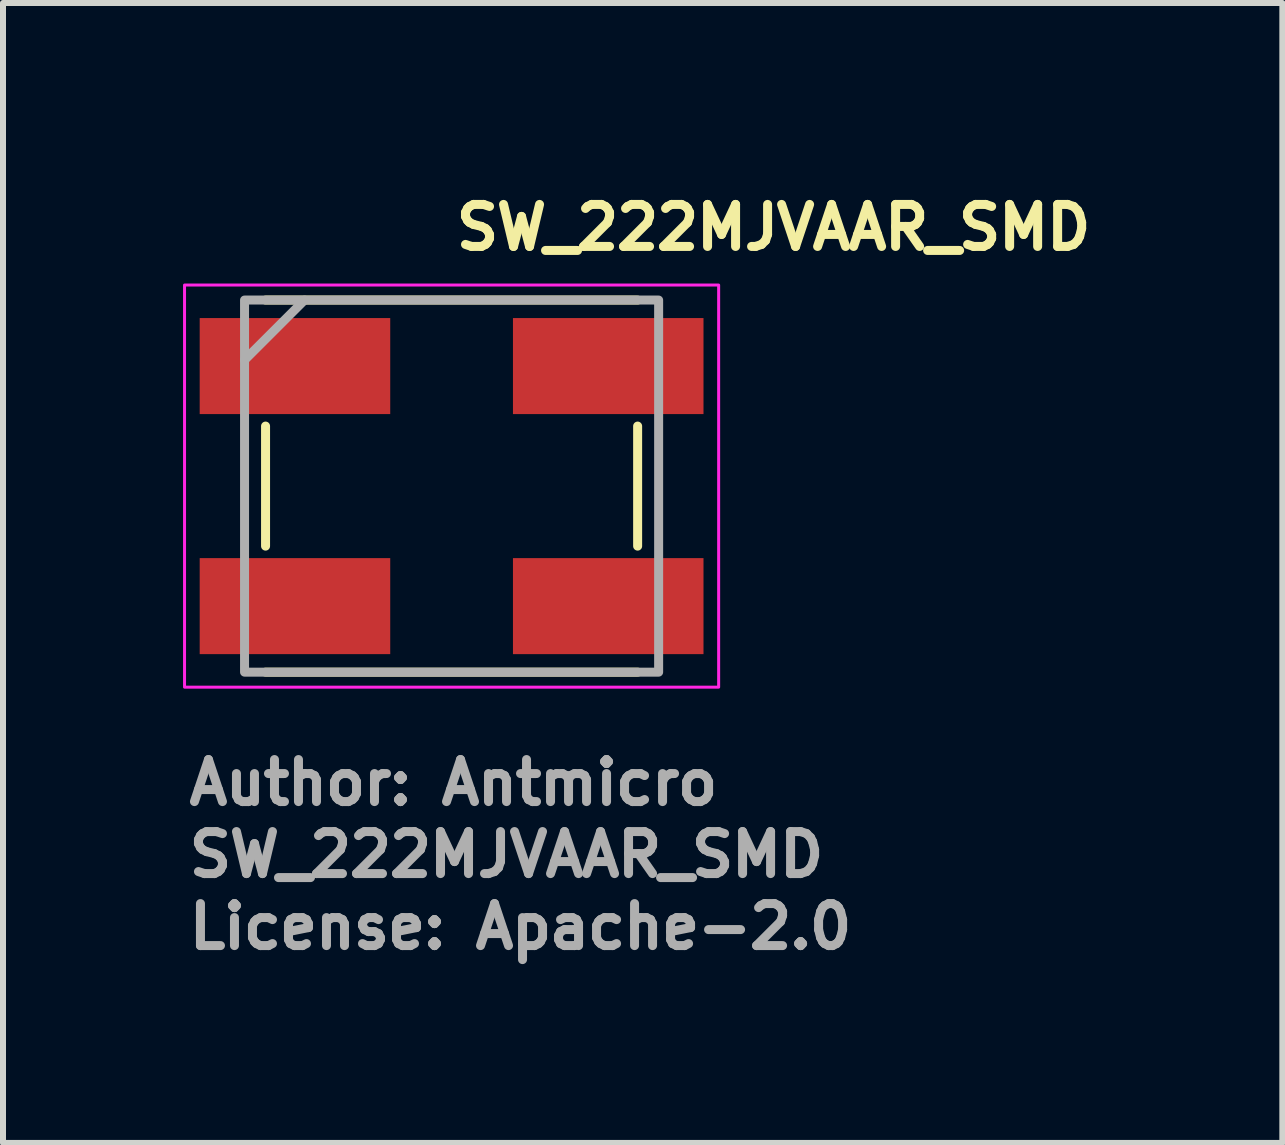
<source format=kicad_pcb>
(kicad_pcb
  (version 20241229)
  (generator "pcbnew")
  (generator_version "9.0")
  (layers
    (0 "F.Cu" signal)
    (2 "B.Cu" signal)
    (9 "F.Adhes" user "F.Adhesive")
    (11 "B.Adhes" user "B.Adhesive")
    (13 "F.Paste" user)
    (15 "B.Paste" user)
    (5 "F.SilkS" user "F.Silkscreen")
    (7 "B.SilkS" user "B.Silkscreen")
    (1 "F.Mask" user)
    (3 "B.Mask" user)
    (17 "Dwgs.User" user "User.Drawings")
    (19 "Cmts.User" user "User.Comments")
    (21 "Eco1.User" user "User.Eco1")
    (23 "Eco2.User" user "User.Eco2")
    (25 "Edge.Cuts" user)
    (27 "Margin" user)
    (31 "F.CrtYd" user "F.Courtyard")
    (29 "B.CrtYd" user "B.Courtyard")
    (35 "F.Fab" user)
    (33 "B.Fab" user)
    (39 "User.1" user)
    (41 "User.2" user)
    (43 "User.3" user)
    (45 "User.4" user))
  (footprint "SW_222MJVAAR_SMD"
    (layer "F.Cu")
    (at 4.475 5.05)
    (property "Reference" "SW_222MJVAAR_SMD" (at 0 -3.9 0) (unlocked yes) (layer "F.SilkS") (effects (font (size 0.7 0.7) (thickness 0.15)) (justify left bottom)))
    (attr smd)
    (fp_line (start -3.1 -3.1) (end 3.1 -3.1) (stroke (width 0.15) (type default)) (layer "F.SilkS"))
    (fp_line (start -3.1 -1) (end -3.1 1) (stroke (width 0.15) (type default)) (layer "F.SilkS"))
    (fp_line (start 3.1 1) (end 3.1 -1) (stroke (width 0.15) (type default)) (layer "F.SilkS"))
    (fp_line (start 3.1 3.1) (end -3.1 3.1) (stroke (width 0.15) (type default)) (layer "F.SilkS"))
    (fp_rect (start -4.45 -3.35) (end 4.45 3.35) (stroke (width 0.05) (type solid)) (fill no) (layer "F.CrtYd"))
    (fp_line (start -2.45 -3.1) (end -3.45 -2.1) (stroke (width 0.15) (type default)) (layer "F.Fab"))
    (fp_rect (start -3.45 -3.1) (end 3.45 3.1) (stroke (width 0.15) (type solid)) (fill no) (layer "F.Fab"))
    (fp_rect (start -3.45 -3.1) (end 3.45 3.1) (stroke (width 0.1) (type solid)) (fill no) (layer "User.5"))
    (fp_line (start -3.45 -2.35) (end -3.45 -1.65) (stroke (width 0.02) (type solid)) (layer "User.9"))
    (fp_line (start -3.45 -2.35) (end -3.45 -1.65) (stroke (width 0.02) (type solid)) (layer "User.9"))
    (fp_line (start -3.45 -2.35) (end -3.15 -2.35) (stroke (width 0.02) (type solid)) (layer "User.9"))
    (fp_line (start -3.45 -1.65) (end -3.15 -1.65) (stroke (width 0.02) (type solid)) (layer "User.9"))
    (fp_line (start -3.45 1.65) (end -3.15 1.65) (stroke (width 0.02) (type solid)) (layer "User.9"))
    (fp_line (start -3.45 2.35) (end -3.45 1.65) (stroke (width 0.02) (type solid)) (layer "User.9"))
    (fp_line (start -3.45 2.35) (end -3.45 1.65) (stroke (width 0.02) (type solid)) (layer "User.9"))
    (fp_line (start -3.45 2.35) (end -3.15 2.35) (stroke (width 0.02) (type solid)) (layer "User.9"))
    (fp_line (start -3.15 -2.35) (end -3.45 -2.35) (stroke (width 0.02) (type solid)) (layer "User.9"))
    (fp_line (start -3.15 -2.35) (end -3.15 -1.65) (stroke (width 0.02) (type solid)) (layer "User.9"))
    (fp_line (start -3.15 -1.65) (end -3.45 -1.65) (stroke (width 0.02) (type solid)) (layer "User.9"))
    (fp_line (start -3.15 1.65) (end -3.45 1.65) (stroke (width 0.02) (type solid)) (layer "User.9"))
    (fp_line (start -3.15 2.35) (end -3.45 2.35) (stroke (width 0.02) (type solid)) (layer "User.9"))
    (fp_line (start -3.15 2.35) (end -3.15 1.65) (stroke (width 0.02) (type solid)) (layer "User.9"))
    (fp_line (start -3.1 -2.817) (end -3.1 -2.35) (stroke (width 0.02) (type solid)) (layer "User.9"))
    (fp_line (start -3.1 -2.817) (end -2.565 -2.817) (stroke (width 0.02) (type solid)) (layer "User.9"))
    (fp_line (start -3.1 -2.687) (end -2.565 -2.687) (stroke (width 0.02) (type solid)) (layer "User.9"))
    (fp_line (start -3.1 -2.35) (end -3.15 -2.35) (stroke (width 0.02) (type solid)) (layer "User.9"))
    (fp_line (start -3.1 -1.65) (end -3.15 -1.65) (stroke (width 0.02) (type solid)) (layer "User.9"))
    (fp_line (start -3.1 1.65) (end -3.15 1.65) (stroke (width 0.02) (type solid)) (layer "User.9"))
    (fp_line (start -3.1 2.35) (end -3.15 2.35) (stroke (width 0.02) (type solid)) (layer "User.9"))
    (fp_line (start -3.1 2.35) (end -3.1 2.817) (stroke (width 0.02) (type solid)) (layer "User.9"))
    (fp_line (start -3.1 2.687) (end -3.1 -2.687) (stroke (width 0.02) (type solid)) (layer "User.9"))
    (fp_line (start -3.1 2.687) (end -2.565 2.687) (stroke (width 0.02) (type solid)) (layer "User.9"))
    (fp_line (start -3.1 2.817) (end -2.565 2.817) (stroke (width 0.02) (type solid)) (layer "User.9"))
    (fp_line (start -2.565 -3.053) (end -2.565 -2.803) (stroke (width 0.02) (type solid)) (layer "User.9"))
    (fp_line (start -2.565 -2.803) (end -2.565 -2.817) (stroke (width 0.02) (type solid)) (layer "User.9"))
    (fp_line (start -2.565 -2.803) (end -1.785 -2.803) (stroke (width 0.02) (type solid)) (layer "User.9"))
    (fp_line (start -2.565 -2.687) (end -2.565 -2.803) (stroke (width 0.02) (type solid)) (layer "User.9"))
    (fp_line (start -2.565 2.687) (end -2.565 2.803) (stroke (width 0.02) (type solid)) (layer "User.9"))
    (fp_line (start -2.565 2.803) (end -2.565 2.817) (stroke (width 0.02) (type solid)) (layer "User.9"))
    (fp_line (start -2.565 2.803) (end -1.785 2.803) (stroke (width 0.02) (type solid)) (layer "User.9"))
    (fp_line (start -2.565 3.053) (end -2.565 2.803) (stroke (width 0.02) (type solid)) (layer "User.9"))
    (fp_line (start -1.8 0) (end -1.796 0.118) (stroke (width 0.02) (type solid)) (layer "User.9"))
    (fp_line (start -1.796 -0.118) (end -1.8 0) (stroke (width 0.02) (type solid)) (layer "User.9"))
    (fp_line (start -1.796 0.118) (end -1.785 0.235) (stroke (width 0.02) (type solid)) (layer "User.9"))
    (fp_line (start -1.785 -3.053) (end -2.565 -3.053) (stroke (width 0.02) (type solid)) (layer "User.9"))
    (fp_line (start -1.785 -3.053) (end -1.765 -3.053) (stroke (width 0.02) (type solid)) (layer "User.9"))
    (fp_line (start -1.785 -2.853) (end -1.765 -2.853) (stroke (width 0.02) (type solid)) (layer "User.9"))
    (fp_line (start -1.785 -2.817) (end -1.785 -2.803) (stroke (width 0.02) (type solid)) (layer "User.9"))
    (fp_line (start -1.785 -2.803) (end -1.785 -3.053) (stroke (width 0.02) (type solid)) (layer "User.9"))
    (fp_line (start -1.785 -2.803) (end -1.785 -2.687) (stroke (width 0.02) (type solid)) (layer "User.9"))
    (fp_line (start -1.785 -2.687) (end -1.537 -2.687) (stroke (width 0.02) (type solid)) (layer "User.9"))
    (fp_line (start -1.785 -0.235) (end -1.796 -0.118) (stroke (width 0.02) (type solid)) (layer "User.9"))
    (fp_line (start -1.785 0.235) (end -1.765 0.351) (stroke (width 0.02) (type solid)) (layer "User.9"))
    (fp_line (start -1.785 2.687) (end -1.537 2.687) (stroke (width 0.02) (type solid)) (layer "User.9"))
    (fp_line (start -1.785 2.803) (end -1.785 2.687) (stroke (width 0.02) (type solid)) (layer "User.9"))
    (fp_line (start -1.785 2.803) (end -1.785 3.053) (stroke (width 0.02) (type solid)) (layer "User.9"))
    (fp_line (start -1.785 2.817) (end -1.785 2.803) (stroke (width 0.02) (type solid)) (layer "User.9"))
    (fp_line (start -1.785 2.853) (end -1.765 2.853) (stroke (width 0.02) (type solid)) (layer "User.9"))
    (fp_line (start -1.785 2.853) (end -1.171 3.1) (stroke (width 0.02) (type solid)) (layer "User.9"))
    (fp_line (start -1.785 3.053) (end -2.565 3.053) (stroke (width 0.02) (type solid)) (layer "User.9"))
    (fp_line (start -1.785 3.053) (end -1.765 3.053) (stroke (width 0.02) (type solid)) (layer "User.9"))
    (fp_line (start -1.765 -3.1) (end -1.765 -2.9) (stroke (width 0.02) (type solid)) (layer "User.9"))
    (fp_line (start -1.765 -2.9) (end -1.765 -2.853) (stroke (width 0.02) (type solid)) (layer "User.9"))
    (fp_line (start -1.765 -2.9) (end -1.318 -2.9) (stroke (width 0.02) (type solid)) (layer "User.9"))
    (fp_line (start -1.765 -2.817) (end -1.403 -2.817) (stroke (width 0.02) (type solid)) (layer "User.9"))
    (fp_line (start -1.765 -0.351) (end -1.785 -0.235) (stroke (width 0.02) (type solid)) (layer "User.9"))
    (fp_line (start -1.765 0.351) (end -1.739 0.466) (stroke (width 0.02) (type solid)) (layer "User.9"))
    (fp_line (start -1.765 2.817) (end -1.17 2.817) (stroke (width 0.02) (type solid)) (layer "User.9"))
    (fp_line (start -1.765 2.9) (end -1.765 2.817) (stroke (width 0.02) (type solid)) (layer "User.9"))
    (fp_line (start -1.765 2.9) (end -1.318 2.9) (stroke (width 0.02) (type solid)) (layer "User.9"))
    (fp_line (start -1.765 3.053) (end -1.785 3.053) (stroke (width 0.02) (type solid)) (layer "User.9"))
    (fp_line (start -1.765 3.1) (end -1.765 2.853) (stroke (width 0.02) (type solid)) (layer "User.9"))
    (fp_line (start -1.749 -0.058) (end -1.741 -0.175) (stroke (width 0.02) (type solid)) (layer "User.9"))
    (fp_line (start -1.749 -0.058) (end -1.741 -0.175) (stroke (width 0.02) (type solid)) (layer "User.9"))
    (fp_line (start -1.749 0.058) (end -1.749 -0.058) (stroke (width 0.02) (type solid)) (layer "User.9"))
    (fp_line (start -1.749 0.058) (end -1.749 -0.058) (stroke (width 0.02) (type solid)) (layer "User.9"))
    (fp_line (start -1.741 -0.175) (end -1.726 -0.291) (stroke (width 0.02) (type solid)) (layer "User.9"))
    (fp_line (start -1.741 -0.175) (end -1.726 -0.291) (stroke (width 0.02) (type solid)) (layer "User.9"))
    (fp_line (start -1.741 0.175) (end -1.749 0.058) (stroke (width 0.02) (type solid)) (layer "User.9"))
    (fp_line (start -1.741 0.175) (end -1.749 0.058) (stroke (width 0.02) (type solid)) (layer "User.9"))
    (fp_line (start -1.739 -0.466) (end -1.765 -0.351) (stroke (width 0.02) (type solid)) (layer "User.9"))
    (fp_line (start -1.739 0.466) (end -1.704 0.579) (stroke (width 0.02) (type solid)) (layer "User.9"))
    (fp_line (start -1.726 -0.291) (end -1.702 -0.406) (stroke (width 0.02) (type solid)) (layer "User.9"))
    (fp_line (start -1.726 -0.291) (end -1.702 -0.406) (stroke (width 0.02) (type solid)) (layer "User.9"))
    (fp_line (start -1.726 0.291) (end -1.741 0.175) (stroke (width 0.02) (type solid)) (layer "User.9"))
    (fp_line (start -1.726 0.291) (end -1.741 0.175) (stroke (width 0.02) (type solid)) (layer "User.9"))
    (fp_line (start -1.704 -0.579) (end -1.739 -0.466) (stroke (width 0.02) (type solid)) (layer "User.9"))
    (fp_line (start -1.704 0.579) (end -1.663 0.689) (stroke (width 0.02) (type solid)) (layer "User.9"))
    (fp_line (start -1.702 -0.406) (end -1.672 -0.518) (stroke (width 0.02) (type solid)) (layer "User.9"))
    (fp_line (start -1.702 -0.406) (end -1.672 -0.518) (stroke (width 0.02) (type solid)) (layer "User.9"))
    (fp_line (start -1.702 0.406) (end -1.726 0.291) (stroke (width 0.02) (type solid)) (layer "User.9"))
    (fp_line (start -1.702 0.406) (end -1.726 0.291) (stroke (width 0.02) (type solid)) (layer "User.9"))
    (fp_line (start -1.672 -0.518) (end -1.633 -0.629) (stroke (width 0.02) (type solid)) (layer "User.9"))
    (fp_line (start -1.672 -0.518) (end -1.633 -0.629) (stroke (width 0.02) (type solid)) (layer "User.9"))
    (fp_line (start -1.671 0.519) (end -1.702 0.406) (stroke (width 0.02) (type solid)) (layer "User.9"))
    (fp_line (start -1.671 0.519) (end -1.702 0.406) (stroke (width 0.02) (type solid)) (layer "User.9"))
    (fp_line (start -1.663 -0.689) (end -1.704 -0.579) (stroke (width 0.02) (type solid)) (layer "User.9"))
    (fp_line (start -1.663 0.689) (end -1.614 0.796) (stroke (width 0.02) (type solid)) (layer "User.9"))
    (fp_line (start -1.633 -0.629) (end -1.587 -0.737) (stroke (width 0.02) (type solid)) (layer "User.9"))
    (fp_line (start -1.633 -0.629) (end -1.587 -0.737) (stroke (width 0.02) (type solid)) (layer "User.9"))
    (fp_line (start -1.633 0.629) (end -1.671 0.519) (stroke (width 0.02) (type solid)) (layer "User.9"))
    (fp_line (start -1.633 0.629) (end -1.671 0.519) (stroke (width 0.02) (type solid)) (layer "User.9"))
    (fp_line (start -1.614 -0.796) (end -1.663 -0.689) (stroke (width 0.02) (type solid)) (layer "User.9"))
    (fp_line (start -1.614 0.796) (end -1.56 0.9) (stroke (width 0.02) (type solid)) (layer "User.9"))
    (fp_line (start -1.587 -0.737) (end -1.535 -0.841) (stroke (width 0.02) (type solid)) (layer "User.9"))
    (fp_line (start -1.587 -0.737) (end -1.535 -0.841) (stroke (width 0.02) (type solid)) (layer "User.9"))
    (fp_line (start -1.587 0.737) (end -1.633 0.629) (stroke (width 0.02) (type solid)) (layer "User.9"))
    (fp_line (start -1.587 0.737) (end -1.633 0.629) (stroke (width 0.02) (type solid)) (layer "User.9"))
    (fp_line (start -1.56 0.9) (end -1.498 1) (stroke (width 0.02) (type solid)) (layer "User.9"))
    (fp_line (start -1.559 -0.9) (end -1.614 -0.796) (stroke (width 0.02) (type solid)) (layer "User.9"))
    (fp_line (start -1.55 0) (end -1.546 0.11) (stroke (width 0.02) (type solid)) (layer "User.9"))
    (fp_line (start -1.546 -0.111) (end -1.55 0) (stroke (width 0.02) (type solid)) (layer "User.9"))
    (fp_line (start -1.546 0.11) (end -1.534 0.22) (stroke (width 0.02) (type solid)) (layer "User.9"))
    (fp_line (start -1.537 -2.687) (end -1.112 -3.1) (stroke (width 0.02) (type solid)) (layer "User.9"))
    (fp_line (start -1.537 2.687) (end -1.112 3.1) (stroke (width 0.02) (type solid)) (layer "User.9"))
    (fp_line (start -1.535 -0.841) (end -1.475 -0.941) (stroke (width 0.02) (type solid)) (layer "User.9"))
    (fp_line (start -1.535 -0.841) (end -1.475 -0.941) (stroke (width 0.02) (type solid)) (layer "User.9"))
    (fp_line (start -1.535 -0.221) (end -1.546 -0.111) (stroke (width 0.02) (type solid)) (layer "User.9"))
    (fp_line (start -1.535 0.841) (end -1.587 0.737) (stroke (width 0.02) (type solid)) (layer "User.9"))
    (fp_line (start -1.535 0.841) (end -1.587 0.737) (stroke (width 0.02) (type solid)) (layer "User.9"))
    (fp_line (start -1.534 0.22) (end -1.514 0.33) (stroke (width 0.02) (type solid)) (layer "User.9"))
    (fp_line (start -1.515 -0.329) (end -1.535 -0.221) (stroke (width 0.02) (type solid)) (layer "User.9"))
    (fp_line (start -1.514 0.33) (end -1.487 0.437) (stroke (width 0.02) (type solid)) (layer "User.9"))
    (fp_line (start -1.498 1) (end -1.429 1.096) (stroke (width 0.02) (type solid)) (layer "User.9"))
    (fp_line (start -1.497 -1) (end -1.559 -0.9) (stroke (width 0.02) (type solid)) (layer "User.9"))
    (fp_line (start -1.487 -0.437) (end -1.515 -0.329) (stroke (width 0.02) (type solid)) (layer "User.9"))
    (fp_line (start -1.487 0.437) (end -1.452 0.542) (stroke (width 0.02) (type solid)) (layer "User.9"))
    (fp_line (start -1.475 -0.941) (end -1.409 -1.038) (stroke (width 0.02) (type solid)) (layer "User.9"))
    (fp_line (start -1.475 -0.941) (end -1.409 -1.038) (stroke (width 0.02) (type solid)) (layer "User.9"))
    (fp_line (start -1.475 0.942) (end -1.535 0.841) (stroke (width 0.02) (type solid)) (layer "User.9"))
    (fp_line (start -1.475 0.942) (end -1.535 0.841) (stroke (width 0.02) (type solid)) (layer "User.9"))
    (fp_line (start -1.452 -0.542) (end -1.487 -0.437) (stroke (width 0.02) (type solid)) (layer "User.9"))
    (fp_line (start -1.452 0.542) (end -1.41 0.644) (stroke (width 0.02) (type solid)) (layer "User.9"))
    (fp_line (start -1.429 1.096) (end -1.354 1.186) (stroke (width 0.02) (type solid)) (layer "User.9"))
    (fp_line (start -1.428 -1.096) (end -1.497 -1) (stroke (width 0.02) (type solid)) (layer "User.9"))
    (fp_line (start -1.41 -0.643) (end -1.452 -0.542) (stroke (width 0.02) (type solid)) (layer "User.9"))
    (fp_line (start -1.41 0.644) (end -1.36 0.743) (stroke (width 0.02) (type solid)) (layer "User.9"))
    (fp_line (start -1.409 -1.038) (end -1.336 -1.13) (stroke (width 0.02) (type solid)) (layer "User.9"))
    (fp_line (start -1.409 -1.038) (end -1.336 -1.13) (stroke (width 0.02) (type solid)) (layer "User.9"))
    (fp_line (start -1.409 1.038) (end -1.475 0.942) (stroke (width 0.02) (type solid)) (layer "User.9"))
    (fp_line (start -1.409 1.038) (end -1.475 0.942) (stroke (width 0.02) (type solid)) (layer "User.9"))
    (fp_line (start -1.403 -2.817) (end -1.318 -2.9) (stroke (width 0.02) (type solid)) (layer "User.9"))
    (fp_line (start -1.403 2.817) (end -1.318 2.9) (stroke (width 0.02) (type solid)) (layer "User.9"))
    (fp_line (start -1.36 -0.743) (end -1.41 -0.643) (stroke (width 0.02) (type solid)) (layer "User.9"))
    (fp_line (start -1.36 0.743) (end -1.304 0.838) (stroke (width 0.02) (type solid)) (layer "User.9"))
    (fp_line (start -1.354 1.186) (end -1.274 1.273) (stroke (width 0.02) (type solid)) (layer "User.9"))
    (fp_line (start -1.353 -1.187) (end -1.428 -1.096) (stroke (width 0.02) (type solid)) (layer "User.9"))
    (fp_line (start -1.336 -1.13) (end -1.258 -1.217) (stroke (width 0.02) (type solid)) (layer "User.9"))
    (fp_line (start -1.336 -1.13) (end -1.258 -1.217) (stroke (width 0.02) (type solid)) (layer "User.9"))
    (fp_line (start -1.336 1.13) (end -1.409 1.038) (stroke (width 0.02) (type solid)) (layer "User.9"))
    (fp_line (start -1.336 1.13) (end -1.409 1.038) (stroke (width 0.02) (type solid)) (layer "User.9"))
    (fp_line (start -1.304 -0.838) (end -1.36 -0.743) (stroke (width 0.02) (type solid)) (layer "User.9"))
    (fp_line (start -1.304 0.838) (end -1.241 0.928) (stroke (width 0.02) (type solid)) (layer "User.9"))
    (fp_line (start -1.274 1.273) (end -1.188 1.353) (stroke (width 0.02) (type solid)) (layer "User.9"))
    (fp_line (start -1.273 -1.273) (end -1.353 -1.187) (stroke (width 0.02) (type solid)) (layer "User.9"))
    (fp_line (start -1.258 -1.217) (end -1.174 -1.297) (stroke (width 0.02) (type solid)) (layer "User.9"))
    (fp_line (start -1.258 -1.217) (end -1.174 -1.297) (stroke (width 0.02) (type solid)) (layer "User.9"))
    (fp_line (start -1.258 1.217) (end -1.336 1.13) (stroke (width 0.02) (type solid)) (layer "User.9"))
    (fp_line (start -1.258 1.217) (end -1.336 1.13) (stroke (width 0.02) (type solid)) (layer "User.9"))
    (fp_line (start -1.241 -0.929) (end -1.304 -0.838) (stroke (width 0.02) (type solid)) (layer "User.9"))
    (fp_line (start -1.241 0.928) (end -1.171 1.015) (stroke (width 0.02) (type solid)) (layer "User.9"))
    (fp_line (start -1.188 1.353) (end -1.097 1.428) (stroke (width 0.02) (type solid)) (layer "User.9"))
    (fp_line (start -1.186 -1.353) (end -1.273 -1.273) (stroke (width 0.02) (type solid)) (layer "User.9"))
    (fp_line (start -1.174 -1.297) (end -1.084 -1.373) (stroke (width 0.02) (type solid)) (layer "User.9"))
    (fp_line (start -1.174 -1.297) (end -1.084 -1.373) (stroke (width 0.02) (type solid)) (layer "User.9"))
    (fp_line (start -1.174 1.298) (end -1.258 1.217) (stroke (width 0.02) (type solid)) (layer "User.9"))
    (fp_line (start -1.174 1.298) (end -1.258 1.217) (stroke (width 0.02) (type solid)) (layer "User.9"))
    (fp_line (start -1.171 -1.015) (end -1.241 -0.929) (stroke (width 0.02) (type solid)) (layer "User.9"))
    (fp_line (start -1.171 1.015) (end -1.096 1.096) (stroke (width 0.02) (type solid)) (layer "User.9"))
    (fp_line (start -1.17 -3.1) (end -1.765 -3.1) (stroke (width 0.02) (type solid)) (layer "User.9"))
    (fp_line (start -1.17 -3.1) (end -1.17 -3.043) (stroke (width 0.02) (type solid)) (layer "User.9"))
    (fp_line (start -1.17 3.1) (end -1.765 3.1) (stroke (width 0.02) (type solid)) (layer "User.9"))
    (fp_line (start -1.17 3.1) (end -1.17 2.817) (stroke (width 0.02) (type solid)) (layer "User.9"))
    (fp_line (start -1.112 -3.1) (end -1.403 -2.817) (stroke (width 0.02) (type solid)) (layer "User.9"))
    (fp_line (start -1.112 -3.1) (end -1.17 -3.1) (stroke (width 0.02) (type solid)) (layer "User.9"))
    (fp_line (start -1.112 -3.1) (end 1.112 -3.1) (stroke (width 0.02) (type solid)) (layer "User.9"))
    (fp_line (start -1.112 3.1) (end -1.171 3.1) (stroke (width 0.02) (type solid)) (layer "User.9"))
    (fp_line (start -1.112 3.1) (end 1.112 3.1) (stroke (width 0.02) (type solid)) (layer "User.9"))
    (fp_line (start -1.097 1.428) (end -1 1.497) (stroke (width 0.02) (type solid)) (layer "User.9"))
    (fp_line (start -1.096 -1.428) (end -1.186 -1.353) (stroke (width 0.02) (type solid)) (layer "User.9"))
    (fp_line (start -1.096 -1.096) (end -1.171 -1.015) (stroke (width 0.02) (type solid)) (layer "User.9"))
    (fp_line (start -1.096 1.096) (end -1.015 1.171) (stroke (width 0.02) (type solid)) (layer "User.9"))
    (fp_line (start -1.085 1.373) (end -1.174 1.298) (stroke (width 0.02) (type solid)) (layer "User.9"))
    (fp_line (start -1.085 1.373) (end -1.174 1.298) (stroke (width 0.02) (type solid)) (layer "User.9"))
    (fp_line (start -1.084 -1.373) (end -0.99 -1.443) (stroke (width 0.02) (type solid)) (layer "User.9"))
    (fp_line (start -1.084 -1.373) (end -0.99 -1.443) (stroke (width 0.02) (type solid)) (layer "User.9"))
    (fp_line (start -1.015 -1.171) (end -1.096 -1.096) (stroke (width 0.02) (type solid)) (layer "User.9"))
    (fp_line (start -1.015 1.171) (end -0.929 1.241) (stroke (width 0.02) (type solid)) (layer "User.9"))
    (fp_line (start -1 -1.497) (end -1.096 -1.428) (stroke (width 0.02) (type solid)) (layer "User.9"))
    (fp_line (start -1 1.497) (end -0.9 1.559) (stroke (width 0.02) (type solid)) (layer "User.9"))
    (fp_line (start -0.99 -1.443) (end -0.892 -1.506) (stroke (width 0.02) (type solid)) (layer "User.9"))
    (fp_line (start -0.99 -1.443) (end -0.892 -1.506) (stroke (width 0.02) (type solid)) (layer "User.9"))
    (fp_line (start -0.99 1.443) (end -1.085 1.373) (stroke (width 0.02) (type solid)) (layer "User.9"))
    (fp_line (start -0.99 1.443) (end -1.085 1.373) (stroke (width 0.02) (type solid)) (layer "User.9"))
    (fp_line (start -0.929 1.241) (end -0.838 1.304) (stroke (width 0.02) (type solid)) (layer "User.9"))
    (fp_line (start -0.928 -1.241) (end -1.015 -1.171) (stroke (width 0.02) (type solid)) (layer "User.9"))
    (fp_line (start -0.9 -1.559) (end -1 -1.497) (stroke (width 0.02) (type solid)) (layer "User.9"))
    (fp_line (start -0.9 1.559) (end -0.796 1.614) (stroke (width 0.02) (type solid)) (layer "User.9"))
    (fp_line (start -0.892 -1.506) (end -0.789 -1.562) (stroke (width 0.02) (type solid)) (layer "User.9"))
    (fp_line (start -0.892 -1.506) (end -0.789 -1.562) (stroke (width 0.02) (type solid)) (layer "User.9"))
    (fp_line (start -0.892 1.506) (end -0.99 1.443) (stroke (width 0.02) (type solid)) (layer "User.9"))
    (fp_line (start -0.892 1.506) (end -0.99 1.443) (stroke (width 0.02) (type solid)) (layer "User.9"))
    (fp_line (start -0.838 -1.304) (end -0.928 -1.241) (stroke (width 0.02) (type solid)) (layer "User.9"))
    (fp_line (start -0.838 1.304) (end -0.743 1.36) (stroke (width 0.02) (type solid)) (layer "User.9"))
    (fp_line (start -0.796 -1.614) (end -0.9 -1.559) (stroke (width 0.02) (type solid)) (layer "User.9"))
    (fp_line (start -0.796 1.614) (end -0.689 1.663) (stroke (width 0.02) (type solid)) (layer "User.9"))
    (fp_line (start -0.789 -1.562) (end -0.683 -1.612) (stroke (width 0.02) (type solid)) (layer "User.9"))
    (fp_line (start -0.789 -1.562) (end -0.683 -1.612) (stroke (width 0.02) (type solid)) (layer "User.9"))
    (fp_line (start -0.789 1.561) (end -0.892 1.506) (stroke (width 0.02) (type solid)) (layer "User.9"))
    (fp_line (start -0.789 1.561) (end -0.892 1.506) (stroke (width 0.02) (type solid)) (layer "User.9"))
    (fp_line (start -0.743 -1.36) (end -0.838 -1.304) (stroke (width 0.02) (type solid)) (layer "User.9"))
    (fp_line (start -0.743 1.36) (end -0.643 1.41) (stroke (width 0.02) (type solid)) (layer "User.9"))
    (fp_line (start -0.689 -1.663) (end -0.796 -1.614) (stroke (width 0.02) (type solid)) (layer "User.9"))
    (fp_line (start -0.689 1.663) (end -0.579 1.704) (stroke (width 0.02) (type solid)) (layer "User.9"))
    (fp_line (start -0.684 1.611) (end -0.789 1.561) (stroke (width 0.02) (type solid)) (layer "User.9"))
    (fp_line (start -0.684 1.611) (end -0.789 1.561) (stroke (width 0.02) (type solid)) (layer "User.9"))
    (fp_line (start -0.683 -1.612) (end -0.574 -1.653) (stroke (width 0.02) (type solid)) (layer "User.9"))
    (fp_line (start -0.683 -1.612) (end -0.574 -1.653) (stroke (width 0.02) (type solid)) (layer "User.9"))
    (fp_line (start -0.644 -1.41) (end -0.743 -1.36) (stroke (width 0.02) (type solid)) (layer "User.9"))
    (fp_line (start -0.643 1.41) (end -0.542 1.452) (stroke (width 0.02) (type solid)) (layer "User.9"))
    (fp_line (start -0.579 -1.704) (end -0.689 -1.663) (stroke (width 0.02) (type solid)) (layer "User.9"))
    (fp_line (start -0.579 1.704) (end -0.466 1.739) (stroke (width 0.02) (type solid)) (layer "User.9"))
    (fp_line (start -0.574 -1.653) (end -0.462 -1.688) (stroke (width 0.02) (type solid)) (layer "User.9"))
    (fp_line (start -0.574 -1.653) (end -0.462 -1.688) (stroke (width 0.02) (type solid)) (layer "User.9"))
    (fp_line (start -0.574 1.653) (end -0.684 1.611) (stroke (width 0.02) (type solid)) (layer "User.9"))
    (fp_line (start -0.574 1.653) (end -0.684 1.611) (stroke (width 0.02) (type solid)) (layer "User.9"))
    (fp_line (start -0.542 -1.452) (end -0.644 -1.41) (stroke (width 0.02) (type solid)) (layer "User.9"))
    (fp_line (start -0.542 1.452) (end -0.437 1.487) (stroke (width 0.02) (type solid)) (layer "User.9"))
    (fp_line (start -0.466 -1.739) (end -0.579 -1.704) (stroke (width 0.02) (type solid)) (layer "User.9"))
    (fp_line (start -0.466 1.739) (end -0.351 1.765) (stroke (width 0.02) (type solid)) (layer "User.9"))
    (fp_line (start -0.462 -1.688) (end -0.349 -1.715) (stroke (width 0.02) (type solid)) (layer "User.9"))
    (fp_line (start -0.462 -1.688) (end -0.349 -1.715) (stroke (width 0.02) (type solid)) (layer "User.9"))
    (fp_line (start -0.462 1.688) (end -0.574 1.653) (stroke (width 0.02) (type solid)) (layer "User.9"))
    (fp_line (start -0.462 1.688) (end -0.574 1.653) (stroke (width 0.02) (type solid)) (layer "User.9"))
    (fp_line (start -0.437 -1.487) (end -0.542 -1.452) (stroke (width 0.02) (type solid)) (layer "User.9"))
    (fp_line (start -0.437 1.487) (end -0.329 1.515) (stroke (width 0.02) (type solid)) (layer "User.9"))
    (fp_line (start -0.351 -1.765) (end -0.466 -1.739) (stroke (width 0.02) (type solid)) (layer "User.9"))
    (fp_line (start -0.351 1.765) (end -0.235 1.785) (stroke (width 0.02) (type solid)) (layer "User.9"))
    (fp_line (start -0.349 -1.715) (end -0.233 -1.735) (stroke (width 0.02) (type solid)) (layer "User.9"))
    (fp_line (start -0.349 -1.715) (end -0.233 -1.735) (stroke (width 0.02) (type solid)) (layer "User.9"))
    (fp_line (start -0.349 1.714) (end -0.462 1.688) (stroke (width 0.02) (type solid)) (layer "User.9"))
    (fp_line (start -0.349 1.714) (end -0.462 1.688) (stroke (width 0.02) (type solid)) (layer "User.9"))
    (fp_line (start -0.33 -1.514) (end -0.437 -1.487) (stroke (width 0.02) (type solid)) (layer "User.9"))
    (fp_line (start -0.329 1.515) (end -0.221 1.535) (stroke (width 0.02) (type solid)) (layer "User.9"))
    (fp_line (start -0.235 -1.785) (end -0.351 -1.765) (stroke (width 0.02) (type solid)) (layer "User.9"))
    (fp_line (start -0.235 1.785) (end -0.118 1.796) (stroke (width 0.02) (type solid)) (layer "User.9"))
    (fp_line (start -0.233 -1.735) (end -0.117 -1.746) (stroke (width 0.02) (type solid)) (layer "User.9"))
    (fp_line (start -0.233 -1.735) (end -0.117 -1.746) (stroke (width 0.02) (type solid)) (layer "User.9"))
    (fp_line (start -0.233 1.734) (end -0.349 1.714) (stroke (width 0.02) (type solid)) (layer "User.9"))
    (fp_line (start -0.233 1.734) (end -0.349 1.714) (stroke (width 0.02) (type solid)) (layer "User.9"))
    (fp_line (start -0.221 1.535) (end -0.111 1.546) (stroke (width 0.02) (type solid)) (layer "User.9"))
    (fp_line (start -0.22 -1.534) (end -0.33 -1.514) (stroke (width 0.02) (type solid)) (layer "User.9"))
    (fp_line (start -0.118 -1.796) (end -0.235 -1.785) (stroke (width 0.02) (type solid)) (layer "User.9"))
    (fp_line (start -0.118 1.796) (end 0 1.8) (stroke (width 0.02) (type solid)) (layer "User.9"))
    (fp_line (start -0.117 -1.746) (end 0 -1.75) (stroke (width 0.02) (type solid)) (layer "User.9"))
    (fp_line (start -0.117 -1.746) (end 0 -1.75) (stroke (width 0.02) (type solid)) (layer "User.9"))
    (fp_line (start -0.117 1.746) (end -0.233 1.734) (stroke (width 0.02) (type solid)) (layer "User.9"))
    (fp_line (start -0.117 1.746) (end -0.233 1.734) (stroke (width 0.02) (type solid)) (layer "User.9"))
    (fp_line (start -0.111 1.546) (end 0 1.55) (stroke (width 0.02) (type solid)) (layer "User.9"))
    (fp_line (start -0.11 -1.546) (end -0.22 -1.534) (stroke (width 0.02) (type solid)) (layer "User.9"))
    (fp_line (start 0 -1.8) (end -0.118 -1.796) (stroke (width 0.02) (type solid)) (layer "User.9"))
    (fp_line (start 0 -1.75) (end 0.117 -1.746) (stroke (width 0.02) (type solid)) (layer "User.9"))
    (fp_line (start 0 -1.55) (end -0.11 -1.546) (stroke (width 0.02) (type solid)) (layer "User.9"))
    (fp_line (start 0 1.55) (end 0.11 1.546) (stroke (width 0.02) (type solid)) (layer "User.9"))
    (fp_line (start 0 1.75) (end -0.117 1.746) (stroke (width 0.02) (type solid)) (layer "User.9"))
    (fp_line (start 0 1.75) (end -0.117 1.746) (stroke (width 0.02) (type solid)) (layer "User.9"))
    (fp_line (start 0 1.8) (end 0.118 1.796) (stroke (width 0.02) (type solid)) (layer "User.9"))
    (fp_line (start 0.11 1.546) (end 0.22 1.534) (stroke (width 0.02) (type solid)) (layer "User.9"))
    (fp_line (start 0.111 -1.546) (end 0 -1.55) (stroke (width 0.02) (type solid)) (layer "User.9"))
    (fp_line (start 0.117 -1.746) (end 0.233 -1.734) (stroke (width 0.02) (type solid)) (layer "User.9"))
    (fp_line (start 0.117 1.746) (end 0 1.75) (stroke (width 0.02) (type solid)) (layer "User.9"))
    (fp_line (start 0.118 -1.796) (end 0 -1.8) (stroke (width 0.02) (type solid)) (layer "User.9"))
    (fp_line (start 0.118 1.796) (end 0.235 1.785) (stroke (width 0.02) (type solid)) (layer "User.9"))
    (fp_line (start 0.22 1.534) (end 0.33 1.514) (stroke (width 0.02) (type solid)) (layer "User.9"))
    (fp_line (start 0.221 -1.535) (end 0 -1.75) (stroke (width 0.02) (type solid)) (layer "User.9"))
    (fp_line (start 0.221 -1.535) (end 0.111 -1.546) (stroke (width 0.02) (type solid)) (layer "User.9"))
    (fp_line (start 0.233 -1.734) (end 0.221 -1.535) (stroke (width 0.02) (type solid)) (layer "User.9"))
    (fp_line (start 0.233 -1.734) (end 0.349 -1.714) (stroke (width 0.02) (type solid)) (layer "User.9"))
    (fp_line (start 0.233 1.735) (end 0.117 1.746) (stroke (width 0.02) (type solid)) (layer "User.9"))
    (fp_line (start 0.235 -1.785) (end 0.118 -1.796) (stroke (width 0.02) (type solid)) (layer "User.9"))
    (fp_line (start 0.235 -1.785) (end 0.233 -1.734) (stroke (width 0.02) (type solid)) (layer "User.9"))
    (fp_line (start 0.235 1.785) (end 0.351 1.765) (stroke (width 0.02) (type solid)) (layer "User.9"))
    (fp_line (start 0.329 -1.515) (end 0.221 -1.535) (stroke (width 0.02) (type solid)) (layer "User.9"))
    (fp_line (start 0.33 1.514) (end 0.437 1.487) (stroke (width 0.02) (type solid)) (layer "User.9"))
    (fp_line (start 0.349 -1.714) (end 0.462 -1.688) (stroke (width 0.02) (type solid)) (layer "User.9"))
    (fp_line (start 0.349 1.715) (end 0.233 1.735) (stroke (width 0.02) (type solid)) (layer "User.9"))
    (fp_line (start 0.351 -1.765) (end 0.235 -1.785) (stroke (width 0.02) (type solid)) (layer "User.9"))
    (fp_line (start 0.351 1.765) (end 0.466 1.739) (stroke (width 0.02) (type solid)) (layer "User.9"))
    (fp_line (start 0.437 -1.487) (end 0.329 -1.515) (stroke (width 0.02) (type solid)) (layer "User.9"))
    (fp_line (start 0.437 1.487) (end 0.542 1.452) (stroke (width 0.02) (type solid)) (layer "User.9"))
    (fp_line (start 0.462 -1.688) (end 0.574 -1.653) (stroke (width 0.02) (type solid)) (layer "User.9"))
    (fp_line (start 0.462 1.688) (end 0.349 1.715) (stroke (width 0.02) (type solid)) (layer "User.9"))
    (fp_line (start 0.466 -1.739) (end 0.351 -1.765) (stroke (width 0.02) (type solid)) (layer "User.9"))
    (fp_line (start 0.466 1.739) (end 0.579 1.704) (stroke (width 0.02) (type solid)) (layer "User.9"))
    (fp_line (start 0.542 -1.452) (end 0.437 -1.487) (stroke (width 0.02) (type solid)) (layer "User.9"))
    (fp_line (start 0.542 1.452) (end 0.644 1.41) (stroke (width 0.02) (type solid)) (layer "User.9"))
    (fp_line (start 0.574 -1.653) (end 0.684 -1.611) (stroke (width 0.02) (type solid)) (layer "User.9"))
    (fp_line (start 0.574 1.653) (end 0.462 1.688) (stroke (width 0.02) (type solid)) (layer "User.9"))
    (fp_line (start 0.579 -1.704) (end 0.466 -1.739) (stroke (width 0.02) (type solid)) (layer "User.9"))
    (fp_line (start 0.579 1.704) (end 0.689 1.663) (stroke (width 0.02) (type solid)) (layer "User.9"))
    (fp_line (start 0.643 -1.41) (end 0.542 -1.452) (stroke (width 0.02) (type solid)) (layer "User.9"))
    (fp_line (start 0.644 1.41) (end 0.743 1.36) (stroke (width 0.02) (type solid)) (layer "User.9"))
    (fp_line (start 0.683 1.612) (end 0.574 1.653) (stroke (width 0.02) (type solid)) (layer "User.9"))
    (fp_line (start 0.684 -1.611) (end 0.789 -1.561) (stroke (width 0.02) (type solid)) (layer "User.9"))
    (fp_line (start 0.689 -1.663) (end 0.579 -1.704) (stroke (width 0.02) (type solid)) (layer "User.9"))
    (fp_line (start 0.689 1.663) (end 0.796 1.614) (stroke (width 0.02) (type solid)) (layer "User.9"))
    (fp_line (start 0.743 -1.36) (end 0.643 -1.41) (stroke (width 0.02) (type solid)) (layer "User.9"))
    (fp_line (start 0.743 1.36) (end 0.838 1.304) (stroke (width 0.02) (type solid)) (layer "User.9"))
    (fp_line (start 0.789 -1.561) (end 0.892 -1.506) (stroke (width 0.02) (type solid)) (layer "User.9"))
    (fp_line (start 0.789 1.562) (end 0.683 1.612) (stroke (width 0.02) (type solid)) (layer "User.9"))
    (fp_line (start 0.796 -1.614) (end 0.689 -1.663) (stroke (width 0.02) (type solid)) (layer "User.9"))
    (fp_line (start 0.796 1.614) (end 0.9 1.56) (stroke (width 0.02) (type solid)) (layer "User.9"))
    (fp_line (start 0.838 -1.304) (end 0.743 -1.36) (stroke (width 0.02) (type solid)) (layer "User.9"))
    (fp_line (start 0.838 1.304) (end 0.928 1.241) (stroke (width 0.02) (type solid)) (layer "User.9"))
    (fp_line (start 0.892 -1.506) (end 0.99 -1.443) (stroke (width 0.02) (type solid)) (layer "User.9"))
    (fp_line (start 0.892 1.506) (end 0.789 1.562) (stroke (width 0.02) (type solid)) (layer "User.9"))
    (fp_line (start 0.9 -1.559) (end 0.796 -1.614) (stroke (width 0.02) (type solid)) (layer "User.9"))
    (fp_line (start 0.9 1.56) (end 1 1.498) (stroke (width 0.02) (type solid)) (layer "User.9"))
    (fp_line (start 0.928 1.241) (end 1.015 1.171) (stroke (width 0.02) (type solid)) (layer "User.9"))
    (fp_line (start 0.929 -1.241) (end 0.838 -1.304) (stroke (width 0.02) (type solid)) (layer "User.9"))
    (fp_line (start 0.99 -1.443) (end 1.085 -1.373) (stroke (width 0.02) (type solid)) (layer "User.9"))
    (fp_line (start 0.99 1.443) (end 0.892 1.506) (stroke (width 0.02) (type solid)) (layer "User.9"))
    (fp_line (start 1 -1.497) (end 0.9 -1.559) (stroke (width 0.02) (type solid)) (layer "User.9"))
    (fp_line (start 1 1.498) (end 1.096 1.429) (stroke (width 0.02) (type solid)) (layer "User.9"))
    (fp_line (start 1.015 -1.171) (end 0.929 -1.241) (stroke (width 0.02) (type solid)) (layer "User.9"))
    (fp_line (start 1.015 1.171) (end 1.096 1.096) (stroke (width 0.02) (type solid)) (layer "User.9"))
    (fp_line (start 1.084 1.373) (end 0.99 1.443) (stroke (width 0.02) (type solid)) (layer "User.9"))
    (fp_line (start 1.085 -1.373) (end 1.174 -1.298) (stroke (width 0.02) (type solid)) (layer "User.9"))
    (fp_line (start 1.096 -1.428) (end 1 -1.497) (stroke (width 0.02) (type solid)) (layer "User.9"))
    (fp_line (start 1.096 -1.096) (end 1.015 -1.171) (stroke (width 0.02) (type solid)) (layer "User.9"))
    (fp_line (start 1.096 1.096) (end 1.171 1.015) (stroke (width 0.02) (type solid)) (layer "User.9"))
    (fp_line (start 1.096 1.429) (end 1.186 1.354) (stroke (width 0.02) (type solid)) (layer "User.9"))
    (fp_line (start 1.112 3.1) (end 1.765 3.053) (stroke (width 0.02) (type solid)) (layer "User.9"))
    (fp_line (start 1.17 -3.1) (end 1.112 -3.1) (stroke (width 0.02) (type solid)) (layer "User.9"))
    (fp_line (start 1.17 -3.1) (end 1.17 -3.053) (stroke (width 0.02) (type solid)) (layer "User.9"))
    (fp_line (start 1.17 -3.1) (end 1.765 -3.1) (stroke (width 0.02) (type solid)) (layer "User.9"))
    (fp_line (start 1.17 3.1) (end 1.112 3.1) (stroke (width 0.02) (type solid)) (layer "User.9"))
    (fp_line (start 1.17 3.1) (end 1.17 3.043) (stroke (width 0.02) (type solid)) (layer "User.9"))
    (fp_line (start 1.17 3.1) (end 1.765 3.1) (stroke (width 0.02) (type solid)) (layer "User.9"))
    (fp_line (start 1.171 -1.015) (end 1.096 -1.096) (stroke (width 0.02) (type solid)) (layer "User.9"))
    (fp_line (start 1.171 1.015) (end 1.241 0.929) (stroke (width 0.02) (type solid)) (layer "User.9"))
    (fp_line (start 1.174 -1.298) (end 1.258 -1.217) (stroke (width 0.02) (type solid)) (layer "User.9"))
    (fp_line (start 1.174 1.297) (end 1.084 1.373) (stroke (width 0.02) (type solid)) (layer "User.9"))
    (fp_line (start 1.186 1.354) (end 1.273 1.274) (stroke (width 0.02) (type solid)) (layer "User.9"))
    (fp_line (start 1.187 -1.353) (end 1.096 -1.428) (stroke (width 0.02) (type solid)) (layer "User.9"))
    (fp_line (start 1.241 -0.928) (end 1.171 -1.015) (stroke (width 0.02) (type solid)) (layer "User.9"))
    (fp_line (start 1.241 0.929) (end 1.304 0.838) (stroke (width 0.02) (type solid)) (layer "User.9"))
    (fp_line (start 1.258 -1.217) (end 1.336 -1.13) (stroke (width 0.02) (type solid)) (layer "User.9"))
    (fp_line (start 1.258 1.217) (end 1.174 1.297) (stroke (width 0.02) (type solid)) (layer "User.9"))
    (fp_line (start 1.273 -1.273) (end 1.187 -1.353) (stroke (width 0.02) (type solid)) (layer "User.9"))
    (fp_line (start 1.273 1.274) (end 1.353 1.188) (stroke (width 0.02) (type solid)) (layer "User.9"))
    (fp_line (start 1.304 -0.838) (end 1.241 -0.928) (stroke (width 0.02) (type solid)) (layer "User.9"))
    (fp_line (start 1.304 0.838) (end 1.36 0.743) (stroke (width 0.02) (type solid)) (layer "User.9"))
    (fp_line (start 1.318 -2.9) (end 1.403 -2.817) (stroke (width 0.02) (type solid)) (layer "User.9"))
    (fp_line (start 1.336 -1.13) (end 1.409 -1.038) (stroke (width 0.02) (type solid)) (layer "User.9"))
    (fp_line (start 1.336 1.13) (end 1.258 1.217) (stroke (width 0.02) (type solid)) (layer "User.9"))
    (fp_line (start 1.353 -1.186) (end 1.273 -1.273) (stroke (width 0.02) (type solid)) (layer "User.9"))
    (fp_line (start 1.353 1.188) (end 1.428 1.097) (stroke (width 0.02) (type solid)) (layer "User.9"))
    (fp_line (start 1.36 -0.743) (end 1.304 -0.838) (stroke (width 0.02) (type solid)) (layer "User.9"))
    (fp_line (start 1.36 0.743) (end 1.41 0.643) (stroke (width 0.02) (type solid)) (layer "User.9"))
    (fp_line (start 1.403 2.817) (end 1.318 2.9) (stroke (width 0.02) (type solid)) (layer "User.9"))
    (fp_line (start 1.409 -1.038) (end 1.475 -0.942) (stroke (width 0.02) (type solid)) (layer "User.9"))
    (fp_line (start 1.409 1.038) (end 1.336 1.13) (stroke (width 0.02) (type solid)) (layer "User.9"))
    (fp_line (start 1.41 -0.644) (end 1.36 -0.743) (stroke (width 0.02) (type solid)) (layer "User.9"))
    (fp_line (start 1.41 0.643) (end 1.452 0.542) (stroke (width 0.02) (type solid)) (layer "User.9"))
    (fp_line (start 1.428 -1.096) (end 1.353 -1.186) (stroke (width 0.02) (type solid)) (layer "User.9"))
    (fp_line (start 1.428 1.097) (end 1.497 1) (stroke (width 0.02) (type solid)) (layer "User.9"))
    (fp_line (start 1.452 -0.542) (end 1.41 -0.644) (stroke (width 0.02) (type solid)) (layer "User.9"))
    (fp_line (start 1.452 0.542) (end 1.487 0.437) (stroke (width 0.02) (type solid)) (layer "User.9"))
    (fp_line (start 1.475 -0.942) (end 1.535 -0.841) (stroke (width 0.02) (type solid)) (layer "User.9"))
    (fp_line (start 1.475 0.941) (end 1.409 1.038) (stroke (width 0.02) (type solid)) (layer "User.9"))
    (fp_line (start 1.487 -0.437) (end 1.452 -0.542) (stroke (width 0.02) (type solid)) (layer "User.9"))
    (fp_line (start 1.487 0.437) (end 1.515 0.329) (stroke (width 0.02) (type solid)) (layer "User.9"))
    (fp_line (start 1.497 -1) (end 1.428 -1.096) (stroke (width 0.02) (type solid)) (layer "User.9"))
    (fp_line (start 1.497 1) (end 1.559 0.9) (stroke (width 0.02) (type solid)) (layer "User.9"))
    (fp_line (start 1.514 -0.33) (end 1.487 -0.437) (stroke (width 0.02) (type solid)) (layer "User.9"))
    (fp_line (start 1.515 0.329) (end 1.535 0.221) (stroke (width 0.02) (type solid)) (layer "User.9"))
    (fp_line (start 1.534 -0.22) (end 1.514 -0.33) (stroke (width 0.02) (type solid)) (layer "User.9"))
    (fp_line (start 1.535 -0.841) (end 1.587 -0.737) (stroke (width 0.02) (type solid)) (layer "User.9"))
    (fp_line (start 1.535 0.221) (end 1.546 0.111) (stroke (width 0.02) (type solid)) (layer "User.9"))
    (fp_line (start 1.535 0.841) (end 1.475 0.941) (stroke (width 0.02) (type solid)) (layer "User.9"))
    (fp_line (start 1.537 -2.687) (end 1.112 -3.1) (stroke (width 0.02) (type solid)) (layer "User.9"))
    (fp_line (start 1.537 2.687) (end 1.112 3.1) (stroke (width 0.02) (type solid)) (layer "User.9"))
    (fp_line (start 1.546 -0.11) (end 1.534 -0.22) (stroke (width 0.02) (type solid)) (layer "User.9"))
    (fp_line (start 1.546 0.111) (end 1.55 0) (stroke (width 0.02) (type solid)) (layer "User.9"))
    (fp_line (start 1.55 0) (end 1.546 -0.11) (stroke (width 0.02) (type solid)) (layer "User.9"))
    (fp_line (start 1.559 -0.9) (end 1.497 -1) (stroke (width 0.02) (type solid)) (layer "User.9"))
    (fp_line (start 1.559 0.9) (end 1.614 0.796) (stroke (width 0.02) (type solid)) (layer "User.9"))
    (fp_line (start 1.587 -0.737) (end 1.633 -0.629) (stroke (width 0.02) (type solid)) (layer "User.9"))
    (fp_line (start 1.587 0.737) (end 1.535 0.841) (stroke (width 0.02) (type solid)) (layer "User.9"))
    (fp_line (start 1.614 -0.796) (end 1.559 -0.9) (stroke (width 0.02) (type solid)) (layer "User.9"))
    (fp_line (start 1.614 0.796) (end 1.663 0.689) (stroke (width 0.02) (type solid)) (layer "User.9"))
    (fp_line (start 1.633 -0.629) (end 1.671 -0.519) (stroke (width 0.02) (type solid)) (layer "User.9"))
    (fp_line (start 1.633 0.629) (end 1.587 0.737) (stroke (width 0.02) (type solid)) (layer "User.9"))
    (fp_line (start 1.663 -0.689) (end 1.614 -0.796) (stroke (width 0.02) (type solid)) (layer "User.9"))
    (fp_line (start 1.663 0.689) (end 1.704 0.579) (stroke (width 0.02) (type solid)) (layer "User.9"))
    (fp_line (start 1.671 -0.519) (end 1.702 -0.406) (stroke (width 0.02) (type solid)) (layer "User.9"))
    (fp_line (start 1.672 0.518) (end 1.633 0.629) (stroke (width 0.02) (type solid)) (layer "User.9"))
    (fp_line (start 1.702 -0.406) (end 1.726 -0.291) (stroke (width 0.02) (type solid)) (layer "User.9"))
    (fp_line (start 1.702 0.406) (end 1.672 0.518) (stroke (width 0.02) (type solid)) (layer "User.9"))
    (fp_line (start 1.704 -0.579) (end 1.663 -0.689) (stroke (width 0.02) (type solid)) (layer "User.9"))
    (fp_line (start 1.704 0.579) (end 1.739 0.466) (stroke (width 0.02) (type solid)) (layer "User.9"))
    (fp_line (start 1.726 -0.291) (end 1.741 -0.175) (stroke (width 0.02) (type solid)) (layer "User.9"))
    (fp_line (start 1.726 0.291) (end 1.702 0.406) (stroke (width 0.02) (type solid)) (layer "User.9"))
    (fp_line (start 1.739 -0.466) (end 1.704 -0.579) (stroke (width 0.02) (type solid)) (layer "User.9"))
    (fp_line (start 1.739 0.466) (end 1.765 0.351) (stroke (width 0.02) (type solid)) (layer "User.9"))
    (fp_line (start 1.741 -0.175) (end 1.749 -0.058) (stroke (width 0.02) (type solid)) (layer "User.9"))
    (fp_line (start 1.741 0.175) (end 1.726 0.291) (stroke (width 0.02) (type solid)) (layer "User.9"))
    (fp_line (start 1.749 -0.058) (end 1.749 0.058) (stroke (width 0.02) (type solid)) (layer "User.9"))
    (fp_line (start 1.749 0.058) (end 1.741 0.175) (stroke (width 0.02) (type solid)) (layer "User.9"))
    (fp_line (start 1.765 -3.053) (end 1.17 -3.053) (stroke (width 0.02) (type solid)) (layer "User.9"))
    (fp_line (start 1.765 -3.053) (end 1.765 -2.9) (stroke (width 0.02) (type solid)) (layer "User.9"))
    (fp_line (start 1.765 -3.053) (end 1.765 -2.853) (stroke (width 0.02) (type solid)) (layer "User.9"))
    (fp_line (start 1.765 -2.9) (end 1.318 -2.9) (stroke (width 0.02) (type solid)) (layer "User.9"))
    (fp_line (start 1.765 -0.351) (end 1.739 -0.466) (stroke (width 0.02) (type solid)) (layer "User.9"))
    (fp_line (start 1.765 0.351) (end 1.785 0.235) (stroke (width 0.02) (type solid)) (layer "User.9"))
    (fp_line (start 1.765 2.9) (end 1.318 2.9) (stroke (width 0.02) (type solid)) (layer "User.9"))
    (fp_line (start 1.765 3.053) (end 1.765 2.853) (stroke (width 0.02) (type solid)) (layer "User.9"))
    (fp_line (start 1.765 3.1) (end 1.765 2.9) (stroke (width 0.02) (type solid)) (layer "User.9"))
    (fp_line (start 1.785 -3.053) (end 1.765 -3.1) (stroke (width 0.02) (type solid)) (layer "User.9"))
    (fp_line (start 1.785 -3.053) (end 2.565 -3.053) (stroke (width 0.02) (type solid)) (layer "User.9"))
    (fp_line (start 1.785 -2.853) (end 1.765 -2.853) (stroke (width 0.02) (type solid)) (layer "User.9"))
    (fp_line (start 1.785 -2.817) (end 1.403 -2.817) (stroke (width 0.02) (type solid)) (layer "User.9"))
    (fp_line (start 1.785 -2.817) (end 1.785 -2.803) (stroke (width 0.02) (type solid)) (layer "User.9"))
    (fp_line (start 1.785 -2.803) (end 1.785 -3.053) (stroke (width 0.02) (type solid)) (layer "User.9"))
    (fp_line (start 1.785 -2.803) (end 1.785 -2.687) (stroke (width 0.02) (type solid)) (layer "User.9"))
    (fp_line (start 1.785 -2.687) (end 1.537 -2.687) (stroke (width 0.02) (type solid)) (layer "User.9"))
    (fp_line (start 1.785 -0.235) (end 1.765 -0.351) (stroke (width 0.02) (type solid)) (layer "User.9"))
    (fp_line (start 1.785 0.235) (end 1.796 0.118) (stroke (width 0.02) (type solid)) (layer "User.9"))
    (fp_line (start 1.785 2.687) (end 1.537 2.687) (stroke (width 0.02) (type solid)) (layer "User.9"))
    (fp_line (start 1.785 2.803) (end 1.785 2.687) (stroke (width 0.02) (type solid)) (layer "User.9"))
    (fp_line (start 1.785 2.803) (end 1.785 2.817) (stroke (width 0.02) (type solid)) (layer "User.9"))
    (fp_line (start 1.785 2.803) (end 1.785 3.053) (stroke (width 0.02) (type solid)) (layer "User.9"))
    (fp_line (start 1.785 2.817) (end 1.403 2.817) (stroke (width 0.02) (type solid)) (layer "User.9"))
    (fp_line (start 1.785 2.853) (end 1.765 2.853) (stroke (width 0.02) (type solid)) (layer "User.9"))
    (fp_line (start 1.785 3.053) (end 1.765 3.053) (stroke (width 0.02) (type solid)) (layer "User.9"))
    (fp_line (start 1.785 3.053) (end 2.565 3.053) (stroke (width 0.02) (type solid)) (layer "User.9"))
    (fp_line (start 1.796 -0.118) (end 1.785 -0.235) (stroke (width 0.02) (type solid)) (layer "User.9"))
    (fp_line (start 1.796 0.118) (end 1.8 0) (stroke (width 0.02) (type solid)) (layer "User.9"))
    (fp_line (start 1.8 0) (end 1.796 -0.118) (stroke (width 0.02) (type solid)) (layer "User.9"))
    (fp_line (start 2.565 -3.053) (end 2.565 -2.803) (stroke (width 0.02) (type solid)) (layer "User.9"))
    (fp_line (start 2.565 -2.803) (end 1.785 -2.803) (stroke (width 0.02) (type solid)) (layer "User.9"))
    (fp_line (start 2.565 -2.803) (end 2.565 -2.817) (stroke (width 0.02) (type solid)) (layer "User.9"))
    (fp_line (start 2.565 -2.687) (end 2.565 -2.803) (stroke (width 0.02) (type solid)) (layer "User.9"))
    (fp_line (start 2.565 2.687) (end 2.565 2.803) (stroke (width 0.02) (type solid)) (layer "User.9"))
    (fp_line (start 2.565 2.803) (end 1.785 2.803) (stroke (width 0.02) (type solid)) (layer "User.9"))
    (fp_line (start 2.565 3.053) (end 2.565 2.817) (stroke (width 0.02) (type solid)) (layer "User.9"))
    (fp_line (start 3.1 -2.817) (end 2.565 -2.817) (stroke (width 0.02) (type solid)) (layer "User.9"))
    (fp_line (start 3.1 -2.817) (end 3.1 -2.35) (stroke (width 0.02) (type solid)) (layer "User.9"))
    (fp_line (start 3.1 -2.687) (end 2.565 -2.687) (stroke (width 0.02) (type solid)) (layer "User.9"))
    (fp_line (start 3.1 -2.35) (end 3.15 -2.35) (stroke (width 0.02) (type solid)) (layer "User.9"))
    (fp_line (start 3.1 -1.65) (end 3.15 -1.65) (stroke (width 0.02) (type solid)) (layer "User.9"))
    (fp_line (start 3.1 1.65) (end 3.1 2.817) (stroke (width 0.02) (type solid)) (layer "User.9"))
    (fp_line (start 3.1 1.65) (end 3.15 1.65) (stroke (width 0.02) (type solid)) (layer "User.9"))
    (fp_line (start 3.1 2.35) (end 3.15 2.35) (stroke (width 0.02) (type solid)) (layer "User.9"))
    (fp_line (start 3.1 2.687) (end 2.565 2.687) (stroke (width 0.02) (type solid)) (layer "User.9"))
    (fp_line (start 3.1 2.687) (end 3.1 -2.687) (stroke (width 0.02) (type solid)) (layer "User.9"))
    (fp_line (start 3.1 2.817) (end 2.565 2.817) (stroke (width 0.02) (type solid)) (layer "User.9"))
    (fp_line (start 3.15 -2.35) (end 3.15 -1.65) (stroke (width 0.02) (type solid)) (layer "User.9"))
    (fp_line (start 3.15 -2.35) (end 3.45 -2.35) (stroke (width 0.02) (type solid)) (layer "User.9"))
    (fp_line (start 3.15 -1.65) (end 3.45 -1.65) (stroke (width 0.02) (type solid)) (layer "User.9"))
    (fp_line (start 3.15 1.65) (end 3.45 1.65) (stroke (width 0.02) (type solid)) (layer "User.9"))
    (fp_line (start 3.15 2.35) (end 3.15 1.65) (stroke (width 0.02) (type solid)) (layer "User.9"))
    (fp_line (start 3.15 2.35) (end 3.45 2.35) (stroke (width 0.02) (type solid)) (layer "User.9"))
    (fp_line (start 3.45 -2.35) (end 3.15 -2.35) (stroke (width 0.02) (type solid)) (layer "User.9"))
    (fp_line (start 3.45 -2.35) (end 3.45 -1.65) (stroke (width 0.02) (type solid)) (layer "User.9"))
    (fp_line (start 3.45 -2.35) (end 3.45 -1.65) (stroke (width 0.02) (type solid)) (layer "User.9"))
    (fp_line (start 3.45 -1.65) (end 3.15 -1.65) (stroke (width 0.02) (type solid)) (layer "User.9"))
    (fp_line (start 3.45 1.65) (end 3.15 1.65) (stroke (width 0.02) (type solid)) (layer "User.9"))
    (fp_line (start 3.45 2.35) (end 3.15 2.35) (stroke (width 0.02) (type solid)) (layer "User.9"))
    (fp_line (start 3.45 2.35) (end 3.45 1.65) (stroke (width 0.02) (type solid)) (layer "User.9"))
    (fp_line (start 3.45 2.35) (end 3.45 1.65) (stroke (width 0.02) (type solid)) (layer "User.9"))
    (fp_text user "${REFERENCE}" (at -4.45 6.55 0) (layer "F.Fab") (effects (font (size 0.7 0.7) (thickness 0.15)) (justify left bottom)))
    (fp_text user "Author: Antmicro" (at -4.45 5.35 0) (layer "F.Fab") (effects (font (size 0.7 0.7) (thickness 0.15)) (justify left bottom)))
    (fp_text user "License: Apache-2.0" (at -4.45 7.75 0) (layer "F.Fab") (effects (font (size 0.7 0.7) (thickness 0.15)) (justify left bottom)))
    (pad "1" smd rect (at -2.61 -2 180) (size 3.175 1.6) (layers "F.Cu" "F.Mask" "F.Paste"))
    (pad "2" smd rect (at 2.61 -2 180) (size 3.175 1.6) (layers "F.Cu" "F.Mask" "F.Paste"))
    (pad "3" smd rect (at -2.61 2) (size 3.175 1.6) (layers "F.Cu" "F.Mask" "F.Paste"))
    (pad "4" smd rect (at 2.61 2) (size 3.175 1.6) (layers "F.Cu" "F.Mask" "F.Paste")))
  (gr_rect
    (start -3 -3)
    (end 18.318 15.995)
    (stroke (width 0.1) (type default))
    (fill no)
    (layer "Edge.Cuts")))
</source>
